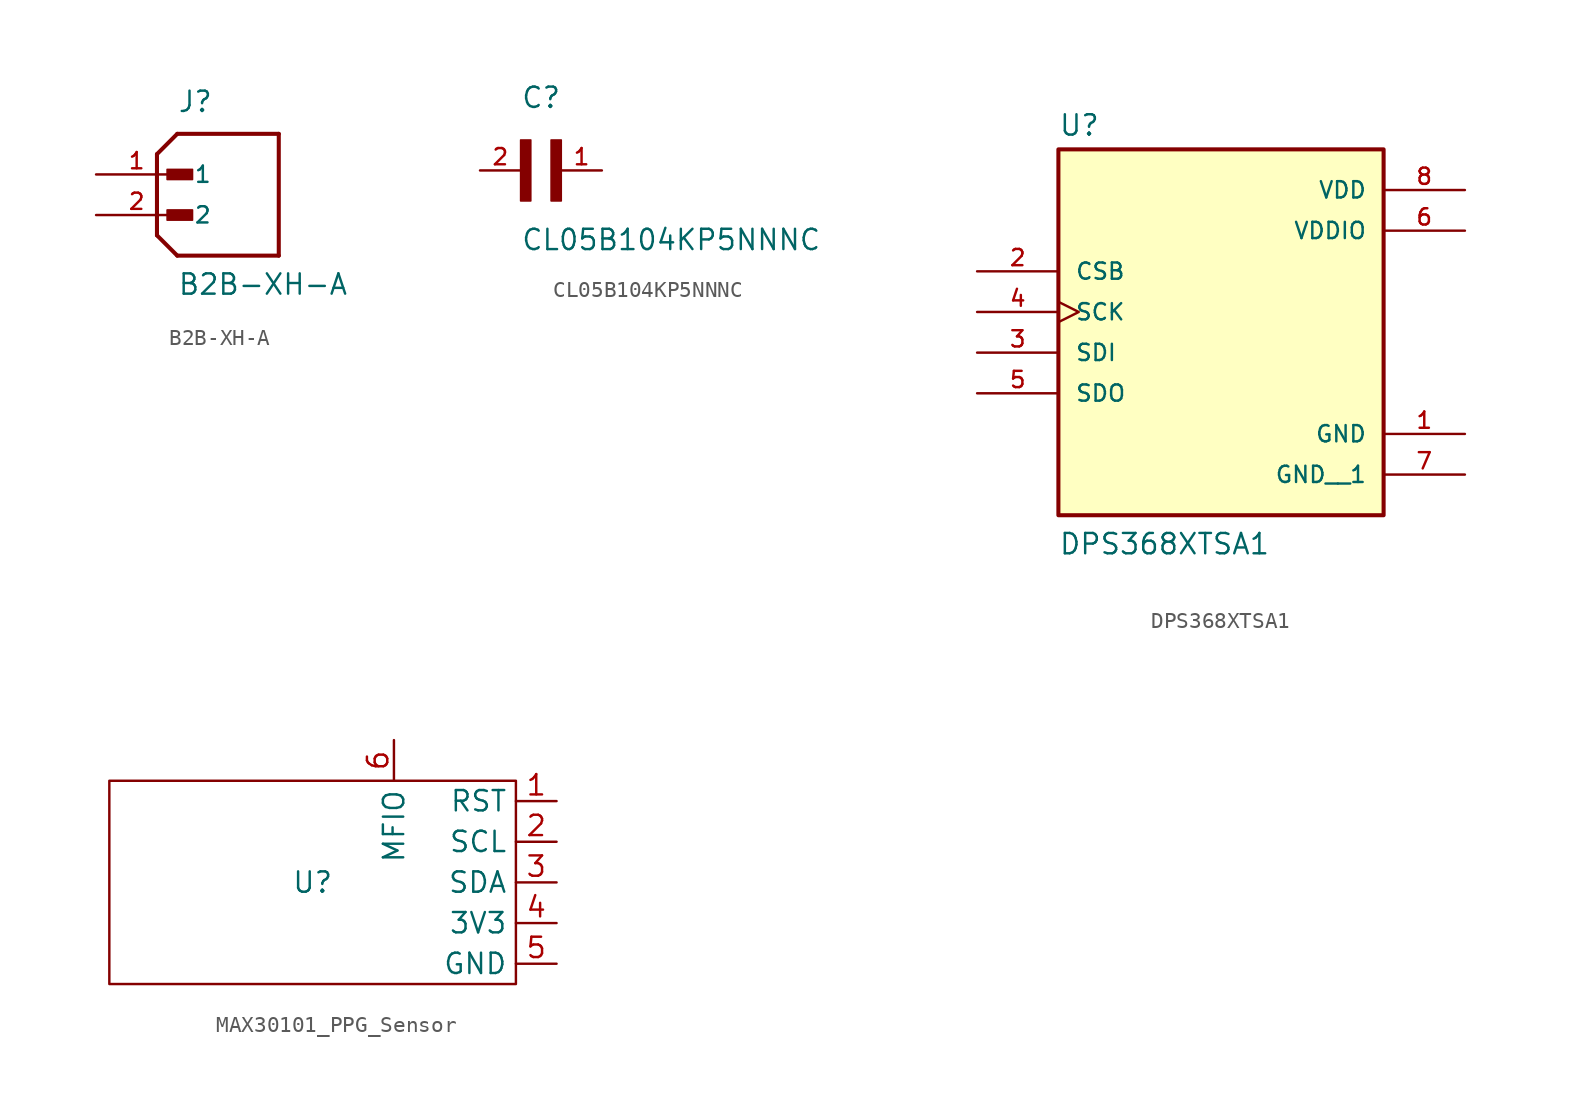
<source format=kicad_sym>
(kicad_symbol_lib
  (version 20231120)
  (generator "kicad_symbol_editor")
  (generator_version "8.0")
  (symbol "B2B-XH-A"
    (pin_names
      (offset 1.016))
    (property "Reference" "J"
      (at -2.54 6.35 0)
      (effects (font (size 1.27 1.27)) (justify left bottom)))
    (property "Value" "B2B-XH-A"
      (at -2.54 -5.08 0)
      (effects (font (size 1.27 1.27)) (justify left bottom)))
    (symbol "B2B-XH-A_0_0"
      (rectangle (start -3.175 -0.318) (end -1.587 0.318) (stroke (width 0.1) (type default)) (fill (type outline)))
      (rectangle (start -3.175 2.223) (end -1.587 2.857) (stroke (width 0.1) (type default)) (fill (type outline)))
      (polyline (pts (xy -3.81 -1.27) (xy -2.54 -2.54)) (stroke (width 0.254) (type default)) (fill (type none)))
      (polyline (pts (xy -3.81 3.81) (xy -3.81 -1.27)) (stroke (width 0.254) (type default)) (fill (type none)))
      (polyline (pts (xy -3.81 3.81) (xy -2.54 5.08)) (stroke (width 0.254) (type default)) (fill (type none)))
      (polyline (pts (xy -2.54 -2.54) (xy 3.81 -2.54)) (stroke (width 0.254) (type default)) (fill (type none)))
      (polyline (pts (xy 3.81 -2.54) (xy 3.81 5.08)) (stroke (width 0.254) (type default)) (fill (type none)))
      (polyline (pts (xy 3.81 5.08) (xy -2.54 5.08)) (stroke (width 0.254) (type default)) (fill (type none)))
      (pin passive line (at -7.62 2.54 0) (length 5.08) (name "1" (effects (font (size 1.016 1.016)))) (number "1" (effects (font (size 1.016 1.016)))))
      (pin passive line (at -7.62 0 0) (length 5.08) (name "2" (effects (font (size 1.016 1.016)))) (number "2" (effects (font (size 1.016 1.016)))))))
  (symbol "CL05B104KP5NNNC"
    (pin_names
      (offset 1.016))
    (property "Reference" "C"
      (at 0 3.81 0)
      (effects (font (size 1.27 1.27)) (justify left bottom)))
    (property "Value" "CL05B104KP5NNNC"
      (at 0 -5.08 0)
      (effects (font (size 1.27 1.27)) (justify left bottom)))
    (symbol "CL05B104KP5NNNC_0_0"
      (rectangle (start 0 -1.905) (end 0.635 1.905) (stroke (width 0.1) (type default)) (fill (type outline)))
      (rectangle (start 1.905 -1.905) (end 2.54 1.905) (stroke (width 0.1) (type default)) (fill (type outline)))
      (pin passive line (at 5.08 0 180) (length 2.54) (name "~" (effects (font (size 1.016 1.016)))) (number "1" (effects (font (size 1.016 1.016)))))
      (pin passive line (at -2.54 0 0) (length 2.54) (name "~" (effects (font (size 1.016 1.016)))) (number "2" (effects (font (size 1.016 1.016)))))))
  (symbol "DPS368XTSA1"
    (pin_names
      (offset 1.016))
    (property "Reference" "U"
      (at -10.16 10.922 0)
      (effects (font (size 1.27 1.27)) (justify left bottom)))
    (property "Value" "DPS368XTSA1"
      (at -10.16 -15.24 0)
      (effects (font (size 1.27 1.27)) (justify left bottom)))
    (symbol "DPS368XTSA1_0_0"
      (rectangle (start -10.16 -12.7) (end 10.16 10.16) (stroke (width 0.254) (type default)) (fill (type background)))
      (pin power_in line (at 15.24 -7.62 180) (length 5.08) (name "GND" (effects (font (size 1.016 1.016)))) (number "1" (effects (font (size 1.016 1.016)))))
      (pin input line (at -15.24 2.54 0) (length 5.08) (name "CSB" (effects (font (size 1.016 1.016)))) (number "2" (effects (font (size 1.016 1.016)))))
      (pin input line (at -15.24 -2.54 0) (length 5.08) (name "SDI" (effects (font (size 1.016 1.016)))) (number "3" (effects (font (size 1.016 1.016)))))
      (pin input clock (at -15.24 0 0) (length 5.08) (name "SCK" (effects (font (size 1.016 1.016)))) (number "4" (effects (font (size 1.016 1.016)))))
      (pin output line (at -15.24 -5.08 0) (length 5.08) (name "SDO" (effects (font (size 1.016 1.016)))) (number "5" (effects (font (size 1.016 1.016)))))
      (pin power_in line (at 15.24 5.08 180) (length 5.08) (name "VDDIO" (effects (font (size 1.016 1.016)))) (number "6" (effects (font (size 1.016 1.016)))))
      (pin power_in line (at 15.24 -10.16 180) (length 5.08) (name "GND__1" (effects (font (size 1.016 1.016)))) (number "7" (effects (font (size 1.016 1.016)))))
      (pin power_in line (at 15.24 7.62 180) (length 5.08) (name "VDD" (effects (font (size 1.016 1.016)))) (number "8" (effects (font (size 1.016 1.016)))))))
  (symbol "MAX30101_PPG_Sensor"
    (property "Reference" "U"
      (at 0 0 0)
      (effects (font (size 1.27 1.27))))
    (property "Value" ""
      (at 0 0 0)
      (effects (font (size 1.27 1.27))))
    (symbol "MAX30101_PPG_Sensor_0_1"
      (rectangle (start -12.7 -6.35) (end 12.7 6.35) (stroke (width 0) (type default)) (fill (type none))))
    (symbol "MAX30101_PPG_Sensor_1_1"
      (pin input line (at 15.24 5.08 180) (length 2.54) (name "RST" (effects (font (size 1.27 1.27)))) (number "1" (effects (font (size 1.27 1.27)))))
      (pin input line (at 15.24 2.54 180) (length 2.54) (name "SCL" (effects (font (size 1.27 1.27)))) (number "2" (effects (font (size 1.27 1.27)))))
      (pin bidirectional line (at 15.24 0 180) (length 2.54) (name "SDA" (effects (font (size 1.27 1.27)))) (number "3" (effects (font (size 1.27 1.27)))))
      (pin power_in line (at 15.24 -2.54 180) (length 2.54) (name "3V3" (effects (font (size 1.27 1.27)))) (number "4" (effects (font (size 1.27 1.27)))))
      (pin power_in line (at 15.24 -5.08 180) (length 2.54) (name "GND" (effects (font (size 1.27 1.27)))) (number "5" (effects (font (size 1.27 1.27)))))
      (pin input line (at 5.08 8.89 270) (length 2.54) (name "MFIO" (effects (font (size 1.27 1.27)))) (number "6" (effects (font (size 1.27 1.27))))))))
</source>
